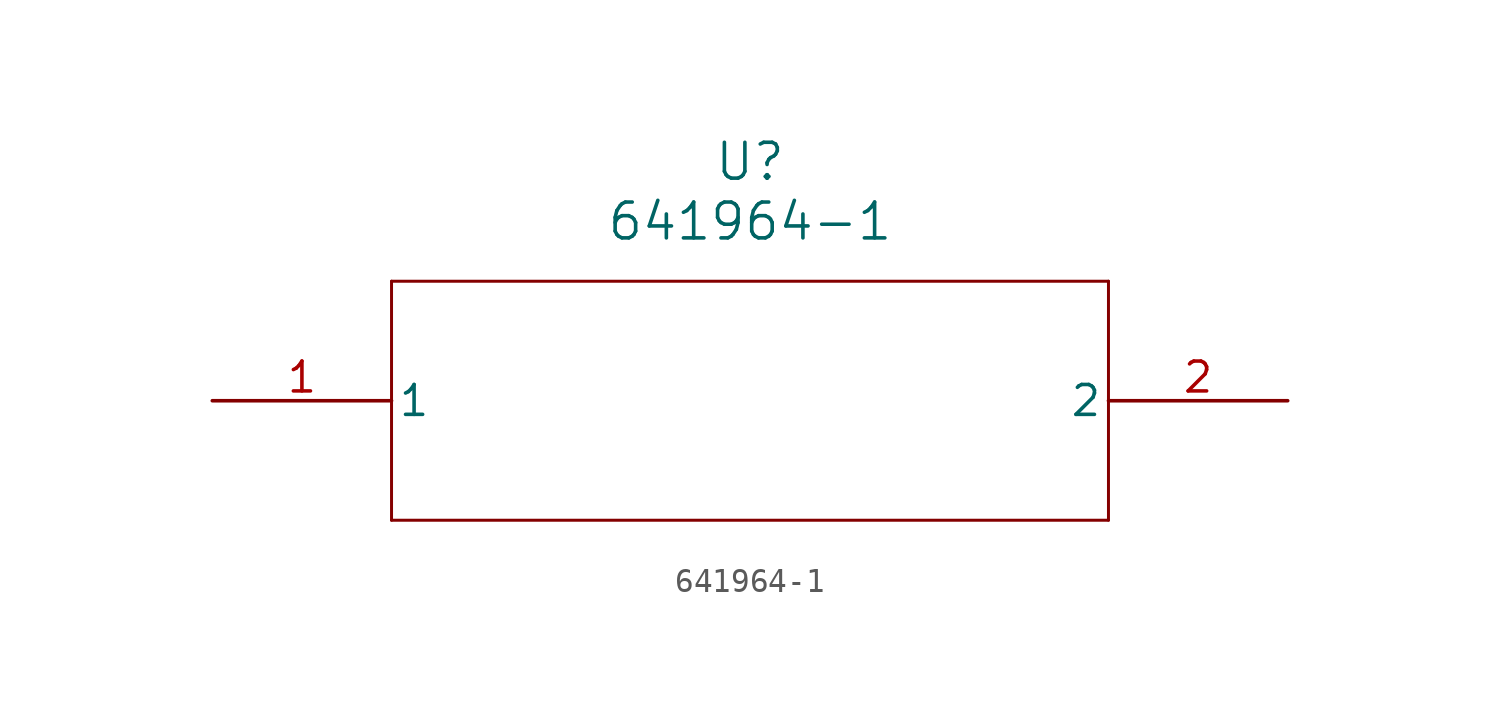
<source format=kicad_sym>
(kicad_symbol_lib
  (version 20241209)
  (generator "kicad_symbol_editor")
  (generator_version "9.0")
  (symbol "641964-1"
    (pin_names
      (offset 0.254))
    (property "Reference" "U"
      (at 22.86 10.16 0)
      (effects (font (size 1.524 1.524))))
    (property "Value" "641964-1"
      (at 22.86 7.62 0)
      (effects (font (size 1.524 1.524))))
    (symbol "641964-1_0_1"
      (polyline (pts (xy 7.62 5.08) (xy 7.62 -5.08)) (stroke (width 0.127) (type default)) (fill (type none)))
      (polyline (pts (xy 7.62 -5.08) (xy 38.1 -5.08)) (stroke (width 0.127) (type default)) (fill (type none)))
      (polyline (pts (xy 38.1 5.08) (xy 7.62 5.08)) (stroke (width 0.127) (type default)) (fill (type none)))
      (polyline (pts (xy 38.1 -5.08) (xy 38.1 5.08)) (stroke (width 0.127) (type default)) (fill (type none)))
      (pin unspecified line (at 0 0 0) (length 7.62) (name "1" (effects (font (size 1.27 1.27)))) (number "1" (effects (font (size 1.27 1.27)))))
      (pin unspecified line (at 45.72 0 180) (length 7.62) (name "2" (effects (font (size 1.27 1.27)))) (number "2" (effects (font (size 1.27 1.27))))))))
</source>
